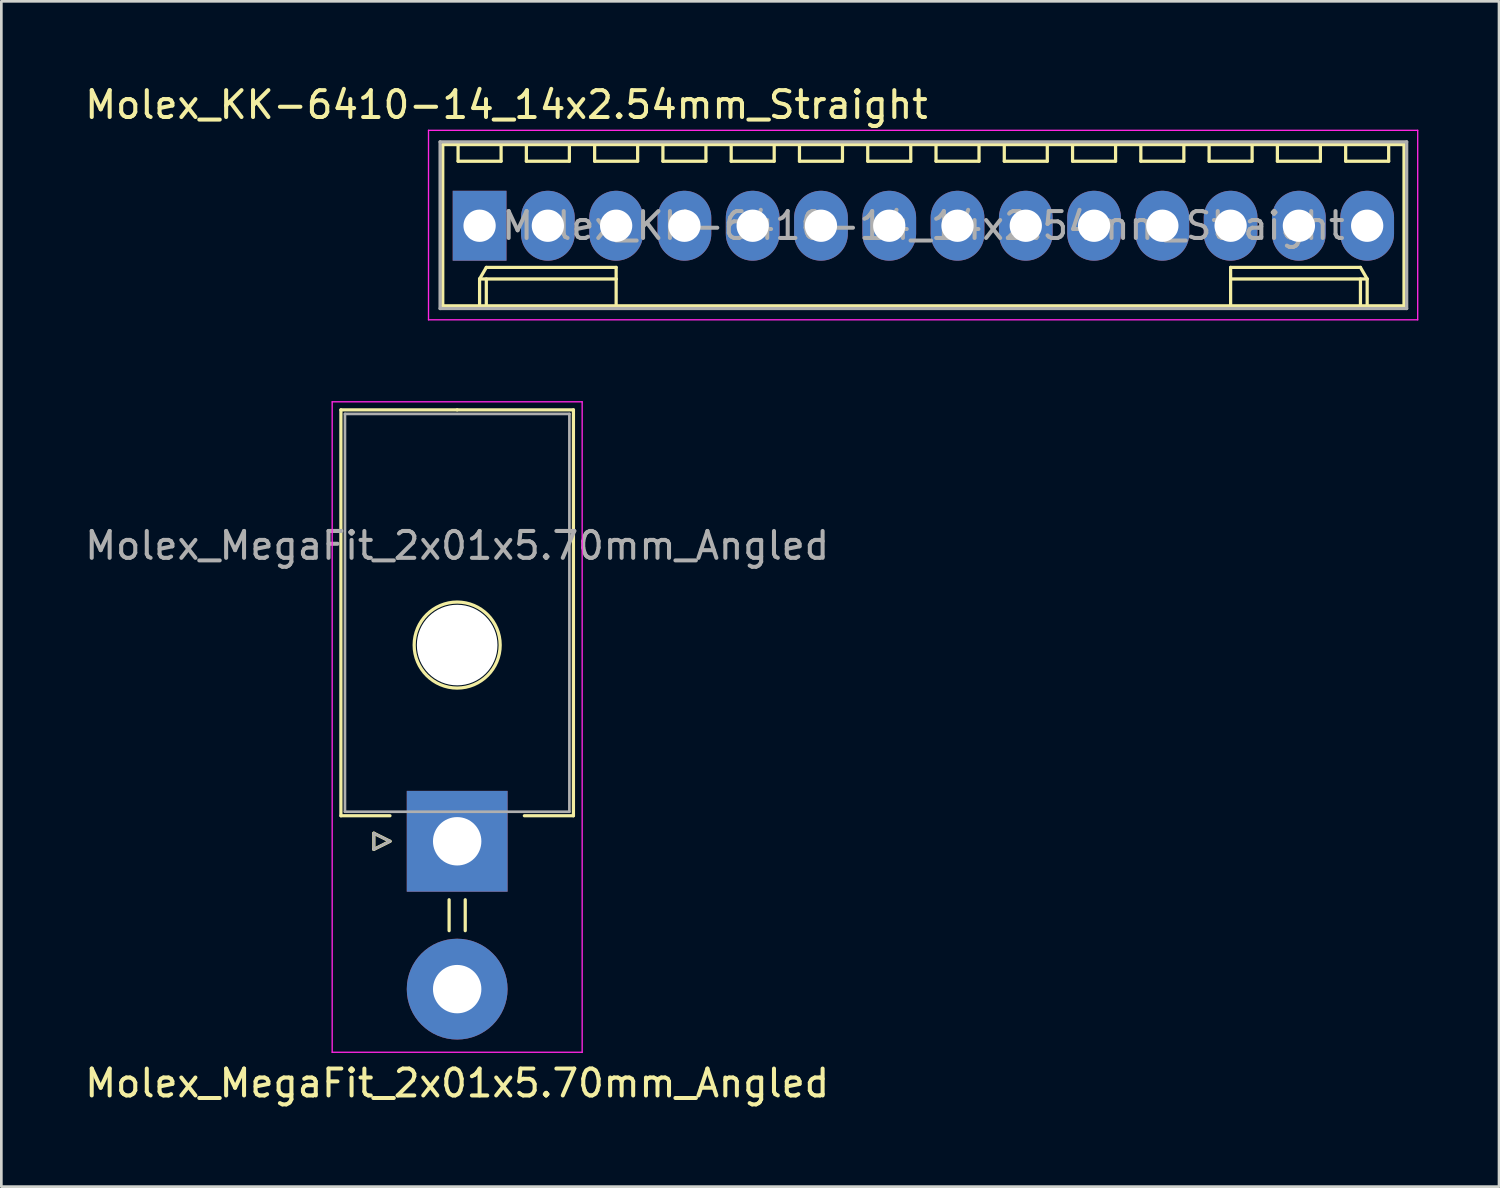
<source format=kicad_pcb>
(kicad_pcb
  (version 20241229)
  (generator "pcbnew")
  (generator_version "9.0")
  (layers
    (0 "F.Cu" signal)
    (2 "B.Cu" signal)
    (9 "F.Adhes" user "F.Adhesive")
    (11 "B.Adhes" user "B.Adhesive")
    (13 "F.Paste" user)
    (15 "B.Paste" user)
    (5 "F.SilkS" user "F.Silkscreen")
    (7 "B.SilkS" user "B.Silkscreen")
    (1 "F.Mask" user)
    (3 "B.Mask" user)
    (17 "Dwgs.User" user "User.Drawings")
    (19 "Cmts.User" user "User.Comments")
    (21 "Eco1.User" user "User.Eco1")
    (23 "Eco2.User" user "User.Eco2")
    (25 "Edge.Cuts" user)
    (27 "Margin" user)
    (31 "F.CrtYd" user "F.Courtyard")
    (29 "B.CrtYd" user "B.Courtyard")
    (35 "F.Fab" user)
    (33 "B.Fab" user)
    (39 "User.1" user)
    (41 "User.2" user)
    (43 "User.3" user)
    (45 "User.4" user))
  (footprint "Molex_KK-6410-14_14x2.54mm_Straight"
    (layer "F.Cu")
    (at 14.792 5.348)
    (property "Reference" "Molex_KK-6410-14_14x2.54mm_Straight" (at 1 -4.5 0) (layer "F.SilkS") (effects (font (size 1 1) (thickness 0.15))))
    (attr through_hole)
    (fp_line (start -1.37 -3.02) (end -1.37 2.98) (stroke (width 0.12) (type solid)) (layer "F.SilkS"))
    (fp_line (start -1.37 2.98) (end 34.39 2.98) (stroke (width 0.12) (type solid)) (layer "F.SilkS"))
    (fp_line (start -0.8 -3.02) (end -0.8 -2.4) (stroke (width 0.12) (type solid)) (layer "F.SilkS"))
    (fp_line (start -0.8 -2.4) (end 0.8 -2.4) (stroke (width 0.12) (type solid)) (layer "F.SilkS"))
    (fp_line (start 0 1.98) (end 0.25 1.55) (stroke (width 0.12) (type solid)) (layer "F.SilkS"))
    (fp_line (start 0 1.98) (end 5.08 1.98) (stroke (width 0.12) (type solid)) (layer "F.SilkS"))
    (fp_line (start 0 2.98) (end 0 1.98) (stroke (width 0.12) (type solid)) (layer "F.SilkS"))
    (fp_line (start 0.25 1.55) (end 5.08 1.55) (stroke (width 0.12) (type solid)) (layer "F.SilkS"))
    (fp_line (start 0.25 2.98) (end 0.25 1.98) (stroke (width 0.12) (type solid)) (layer "F.SilkS"))
    (fp_line (start 0.8 -2.4) (end 0.8 -3.02) (stroke (width 0.12) (type solid)) (layer "F.SilkS"))
    (fp_line (start 1.74 -3.02) (end 1.74 -2.4) (stroke (width 0.12) (type solid)) (layer "F.SilkS"))
    (fp_line (start 1.74 -2.4) (end 3.34 -2.4) (stroke (width 0.12) (type solid)) (layer "F.SilkS"))
    (fp_line (start 3.34 -2.4) (end 3.34 -3.02) (stroke (width 0.12) (type solid)) (layer "F.SilkS"))
    (fp_line (start 4.28 -3.02) (end 4.28 -2.4) (stroke (width 0.12) (type solid)) (layer "F.SilkS"))
    (fp_line (start 4.28 -2.4) (end 5.88 -2.4) (stroke (width 0.12) (type solid)) (layer "F.SilkS"))
    (fp_line (start 5.08 1.55) (end 5.08 1.98) (stroke (width 0.12) (type solid)) (layer "F.SilkS"))
    (fp_line (start 5.08 1.98) (end 5.08 2.98) (stroke (width 0.12) (type solid)) (layer "F.SilkS"))
    (fp_line (start 5.88 -2.4) (end 5.88 -3.02) (stroke (width 0.12) (type solid)) (layer "F.SilkS"))
    (fp_line (start 6.82 -3.02) (end 6.82 -2.4) (stroke (width 0.12) (type solid)) (layer "F.SilkS"))
    (fp_line (start 6.82 -2.4) (end 8.42 -2.4) (stroke (width 0.12) (type solid)) (layer "F.SilkS"))
    (fp_line (start 8.42 -2.4) (end 8.42 -3.02) (stroke (width 0.12) (type solid)) (layer "F.SilkS"))
    (fp_line (start 9.36 -3.02) (end 9.36 -2.4) (stroke (width 0.12) (type solid)) (layer "F.SilkS"))
    (fp_line (start 9.36 -2.4) (end 10.96 -2.4) (stroke (width 0.12) (type solid)) (layer "F.SilkS"))
    (fp_line (start 10.96 -2.4) (end 10.96 -3.02) (stroke (width 0.12) (type solid)) (layer "F.SilkS"))
    (fp_line (start 11.9 -3.02) (end 11.9 -2.4) (stroke (width 0.12) (type solid)) (layer "F.SilkS"))
    (fp_line (start 11.9 -2.4) (end 13.5 -2.4) (stroke (width 0.12) (type solid)) (layer "F.SilkS"))
    (fp_line (start 13.5 -2.4) (end 13.5 -3.02) (stroke (width 0.12) (type solid)) (layer "F.SilkS"))
    (fp_line (start 14.44 -3.02) (end 14.44 -2.4) (stroke (width 0.12) (type solid)) (layer "F.SilkS"))
    (fp_line (start 14.44 -2.4) (end 16.04 -2.4) (stroke (width 0.12) (type solid)) (layer "F.SilkS"))
    (fp_line (start 16.04 -2.4) (end 16.04 -3.02) (stroke (width 0.12) (type solid)) (layer "F.SilkS"))
    (fp_line (start 16.98 -3.02) (end 16.98 -2.4) (stroke (width 0.12) (type solid)) (layer "F.SilkS"))
    (fp_line (start 16.98 -2.4) (end 18.58 -2.4) (stroke (width 0.12) (type solid)) (layer "F.SilkS"))
    (fp_line (start 18.58 -2.4) (end 18.58 -3.02) (stroke (width 0.12) (type solid)) (layer "F.SilkS"))
    (fp_line (start 19.52 -3.02) (end 19.52 -2.4) (stroke (width 0.12) (type solid)) (layer "F.SilkS"))
    (fp_line (start 19.52 -2.4) (end 21.12 -2.4) (stroke (width 0.12) (type solid)) (layer "F.SilkS"))
    (fp_line (start 21.12 -2.4) (end 21.12 -3.02) (stroke (width 0.12) (type solid)) (layer "F.SilkS"))
    (fp_line (start 22.06 -3.02) (end 22.06 -2.4) (stroke (width 0.12) (type solid)) (layer "F.SilkS"))
    (fp_line (start 22.06 -2.4) (end 23.66 -2.4) (stroke (width 0.12) (type solid)) (layer "F.SilkS"))
    (fp_line (start 23.66 -2.4) (end 23.66 -3.02) (stroke (width 0.12) (type solid)) (layer "F.SilkS"))
    (fp_line (start 24.6 -3.02) (end 24.6 -2.4) (stroke (width 0.12) (type solid)) (layer "F.SilkS"))
    (fp_line (start 24.6 -2.4) (end 26.2 -2.4) (stroke (width 0.12) (type solid)) (layer "F.SilkS"))
    (fp_line (start 26.2 -2.4) (end 26.2 -3.02) (stroke (width 0.12) (type solid)) (layer "F.SilkS"))
    (fp_line (start 27.14 -3.02) (end 27.14 -2.4) (stroke (width 0.12) (type solid)) (layer "F.SilkS"))
    (fp_line (start 27.14 -2.4) (end 28.74 -2.4) (stroke (width 0.12) (type solid)) (layer "F.SilkS"))
    (fp_line (start 27.94 1.55) (end 27.94 1.98) (stroke (width 0.12) (type solid)) (layer "F.SilkS"))
    (fp_line (start 27.94 1.98) (end 27.94 2.98) (stroke (width 0.12) (type solid)) (layer "F.SilkS"))
    (fp_line (start 28.74 -2.4) (end 28.74 -3.02) (stroke (width 0.12) (type solid)) (layer "F.SilkS"))
    (fp_line (start 29.68 -3.02) (end 29.68 -2.4) (stroke (width 0.12) (type solid)) (layer "F.SilkS"))
    (fp_line (start 29.68 -2.4) (end 31.28 -2.4) (stroke (width 0.12) (type solid)) (layer "F.SilkS"))
    (fp_line (start 31.28 -2.4) (end 31.28 -3.02) (stroke (width 0.12) (type solid)) (layer "F.SilkS"))
    (fp_line (start 32.22 -3.02) (end 32.22 -2.4) (stroke (width 0.12) (type solid)) (layer "F.SilkS"))
    (fp_line (start 32.22 -2.4) (end 33.82 -2.4) (stroke (width 0.12) (type solid)) (layer "F.SilkS"))
    (fp_line (start 32.77 1.55) (end 27.94 1.55) (stroke (width 0.12) (type solid)) (layer "F.SilkS"))
    (fp_line (start 32.77 2.98) (end 32.77 1.98) (stroke (width 0.12) (type solid)) (layer "F.SilkS"))
    (fp_line (start 33.02 1.98) (end 27.94 1.98) (stroke (width 0.12) (type solid)) (layer "F.SilkS"))
    (fp_line (start 33.02 1.98) (end 32.77 1.55) (stroke (width 0.12) (type solid)) (layer "F.SilkS"))
    (fp_line (start 33.02 2.98) (end 33.02 1.98) (stroke (width 0.12) (type solid)) (layer "F.SilkS"))
    (fp_line (start 33.82 -2.4) (end 33.82 -3.02) (stroke (width 0.12) (type solid)) (layer "F.SilkS"))
    (fp_line (start 34.39 -3.02) (end -1.37 -3.02) (stroke (width 0.12) (type solid)) (layer "F.SilkS"))
    (fp_line (start 34.39 2.98) (end 34.39 -3.02) (stroke (width 0.12) (type solid)) (layer "F.SilkS"))
    (fp_line (start -1.9 -3.55) (end 34.9 -3.55) (stroke (width 0.05) (type solid)) (layer "F.CrtYd"))
    (fp_line (start -1.9 3.5) (end -1.9 -3.55) (stroke (width 0.05) (type solid)) (layer "F.CrtYd"))
    (fp_line (start 34.9 -3.55) (end 34.9 3.5) (stroke (width 0.05) (type solid)) (layer "F.CrtYd"))
    (fp_line (start 34.9 3.5) (end -1.9 3.5) (stroke (width 0.05) (type solid)) (layer "F.CrtYd"))
    (fp_line (start -1.47 -3.12) (end -1.47 3.08) (stroke (width 0.12) (type solid)) (layer "F.Fab"))
    (fp_line (start -1.47 3.08) (end 34.49 3.08) (stroke (width 0.12) (type solid)) (layer "F.Fab"))
    (fp_line (start 34.49 -3.12) (end -1.47 -3.12) (stroke (width 0.12) (type solid)) (layer "F.Fab"))
    (fp_line (start 34.49 3.08) (end 34.49 -3.12) (stroke (width 0.12) (type solid)) (layer "F.Fab"))
    (fp_text user "${REFERENCE}" (at 16.51 0 0) (layer "F.Fab") (effects (font (size 1 1) (thickness 0.15))))
    (pad "1" thru_hole rect (at 0 0) (size 2 2.6) (drill 1.2) (layers "*.Cu" "*.Mask"))
    (pad "2" thru_hole oval (at 2.54 0) (size 2 2.6) (drill 1.2) (layers "*.Cu" "*.Mask"))
    (pad "3" thru_hole oval (at 5.08 0) (size 2 2.6) (drill 1.2) (layers "*.Cu" "*.Mask"))
    (pad "4" thru_hole oval (at 7.62 0) (size 2 2.6) (drill 1.2) (layers "*.Cu" "*.Mask"))
    (pad "5" thru_hole oval (at 10.16 0) (size 2 2.6) (drill 1.2) (layers "*.Cu" "*.Mask"))
    (pad "6" thru_hole oval (at 12.7 0) (size 2 2.6) (drill 1.2) (layers "*.Cu" "*.Mask"))
    (pad "7" thru_hole oval (at 15.24 0) (size 2 2.6) (drill 1.2) (layers "*.Cu" "*.Mask"))
    (pad "8" thru_hole oval (at 17.78 0) (size 2 2.6) (drill 1.2) (layers "*.Cu" "*.Mask"))
    (pad "9" thru_hole oval (at 20.32 0) (size 2 2.6) (drill 1.2) (layers "*.Cu" "*.Mask"))
    (pad "10" thru_hole oval (at 22.86 0) (size 2 2.6) (drill 1.2) (layers "*.Cu" "*.Mask"))
    (pad "11" thru_hole oval (at 25.4 0) (size 2 2.6) (drill 1.2) (layers "*.Cu" "*.Mask"))
    (pad "12" thru_hole oval (at 27.94 0) (size 2 2.6) (drill 1.2) (layers "*.Cu" "*.Mask"))
    (pad "13" thru_hole oval (at 30.48 0) (size 2 2.6) (drill 1.2) (layers "*.Cu" "*.Mask"))
    (pad "14" thru_hole oval (at 33.02 0) (size 2 2.6) (drill 1.2) (layers "*.Cu" "*.Mask")))
  (footprint "Molex_MegaFit_2x01x5.70mm_Angled"
    (layer "F.Cu")
    (at 13.958 28.248)
    (property "Reference" "Molex_MegaFit_2x01x5.70mm_Angled" (at 0 9 0) (layer "F.SilkS") (effects (font (size 1 1) (thickness 0.15))))
    (attr through_hole)
    (fp_line (start -4.325 -16.05) (end -4.325 -0.95) (stroke (width 0.12) (type solid)) (layer "F.SilkS"))
    (fp_line (start -4.325 -0.95) (end -2.5 -0.95) (stroke (width 0.12) (type solid)) (layer "F.SilkS"))
    (fp_line (start -3.1 -0.3) (end -2.5 0) (stroke (width 0.12) (type solid)) (layer "F.SilkS"))
    (fp_line (start -3.1 0.3) (end -3.1 -0.3) (stroke (width 0.12) (type solid)) (layer "F.SilkS"))
    (fp_line (start -2.5 0) (end -3.1 0.3) (stroke (width 0.12) (type solid)) (layer "F.SilkS"))
    (fp_line (start -0.3 2.175) (end -0.3 3.325) (stroke (width 0.12) (type solid)) (layer "F.SilkS"))
    (fp_line (start 0 -16.05) (end -4.325 -16.05) (stroke (width 0.12) (type solid)) (layer "F.SilkS"))
    (fp_line (start 0 -16.05) (end 4.325 -16.05) (stroke (width 0.12) (type solid)) (layer "F.SilkS"))
    (fp_line (start 0.3 2.175) (end 0.3 3.325) (stroke (width 0.12) (type solid)) (layer "F.SilkS"))
    (fp_line (start 4.325 -16.05) (end 4.325 -0.95) (stroke (width 0.12) (type solid)) (layer "F.SilkS"))
    (fp_line (start 4.325 -0.95) (end 2.5 -0.95) (stroke (width 0.12) (type solid)) (layer "F.SilkS"))
    (fp_circle (center 0 -7.3) (end 1.6 -7.3) (stroke (width 0.12) (type solid)) (fill no) (layer "F.SilkS"))
    (fp_line (start -4.65 -16.35) (end -4.65 7.85) (stroke (width 0.05) (type solid)) (layer "F.CrtYd"))
    (fp_line (start -4.65 7.85) (end 4.65 7.85) (stroke (width 0.05) (type solid)) (layer "F.CrtYd"))
    (fp_line (start 4.65 -16.35) (end -4.65 -16.35) (stroke (width 0.05) (type solid)) (layer "F.CrtYd"))
    (fp_line (start 4.65 7.85) (end 4.65 -16.35) (stroke (width 0.05) (type solid)) (layer "F.CrtYd"))
    (fp_line (start -4.175 -15.9) (end -4.175 -1.1) (stroke (width 0.1) (type solid)) (layer "F.Fab"))
    (fp_line (start -4.175 -1.1) (end 4.175 -1.1) (stroke (width 0.1) (type solid)) (layer "F.Fab"))
    (fp_line (start -3.1 -0.3) (end -2.5 0) (stroke (width 0.1) (type solid)) (layer "F.Fab"))
    (fp_line (start -3.1 0.3) (end -3.1 -0.3) (stroke (width 0.1) (type solid)) (layer "F.Fab"))
    (fp_line (start -2.5 0) (end -3.1 0.3) (stroke (width 0.1) (type solid)) (layer "F.Fab"))
    (fp_line (start 4.175 -15.9) (end -4.175 -15.9) (stroke (width 0.1) (type solid)) (layer "F.Fab"))
    (fp_line (start 4.175 -1.1) (end 4.175 -15.9) (stroke (width 0.1) (type solid)) (layer "F.Fab"))
    (fp_text user "${REFERENCE}" (at 0 -11 0) (layer "F.Fab") (effects (font (size 1 1) (thickness 0.15))))
    (pad "" np_thru_hole circle (at 0 -7.3) (size 3 3) (drill 3) (layers "*.Cu" "*.Mask"))
    (pad "1" thru_hole rect (at 0 0) (size 3.75 3.75) (drill 1.8) (layers "*.Cu" "*.Mask"))
    (pad "2" thru_hole circle (at 0 5.5) (size 3.75 3.75) (drill 1.8) (layers "*.Cu" "*.Mask")))
  (gr_rect
    (start -3 -3)
    (end 52.717 41.096)
    (stroke (width 0.1) (type default))
    (fill no)
    (layer "Edge.Cuts")))
</source>
